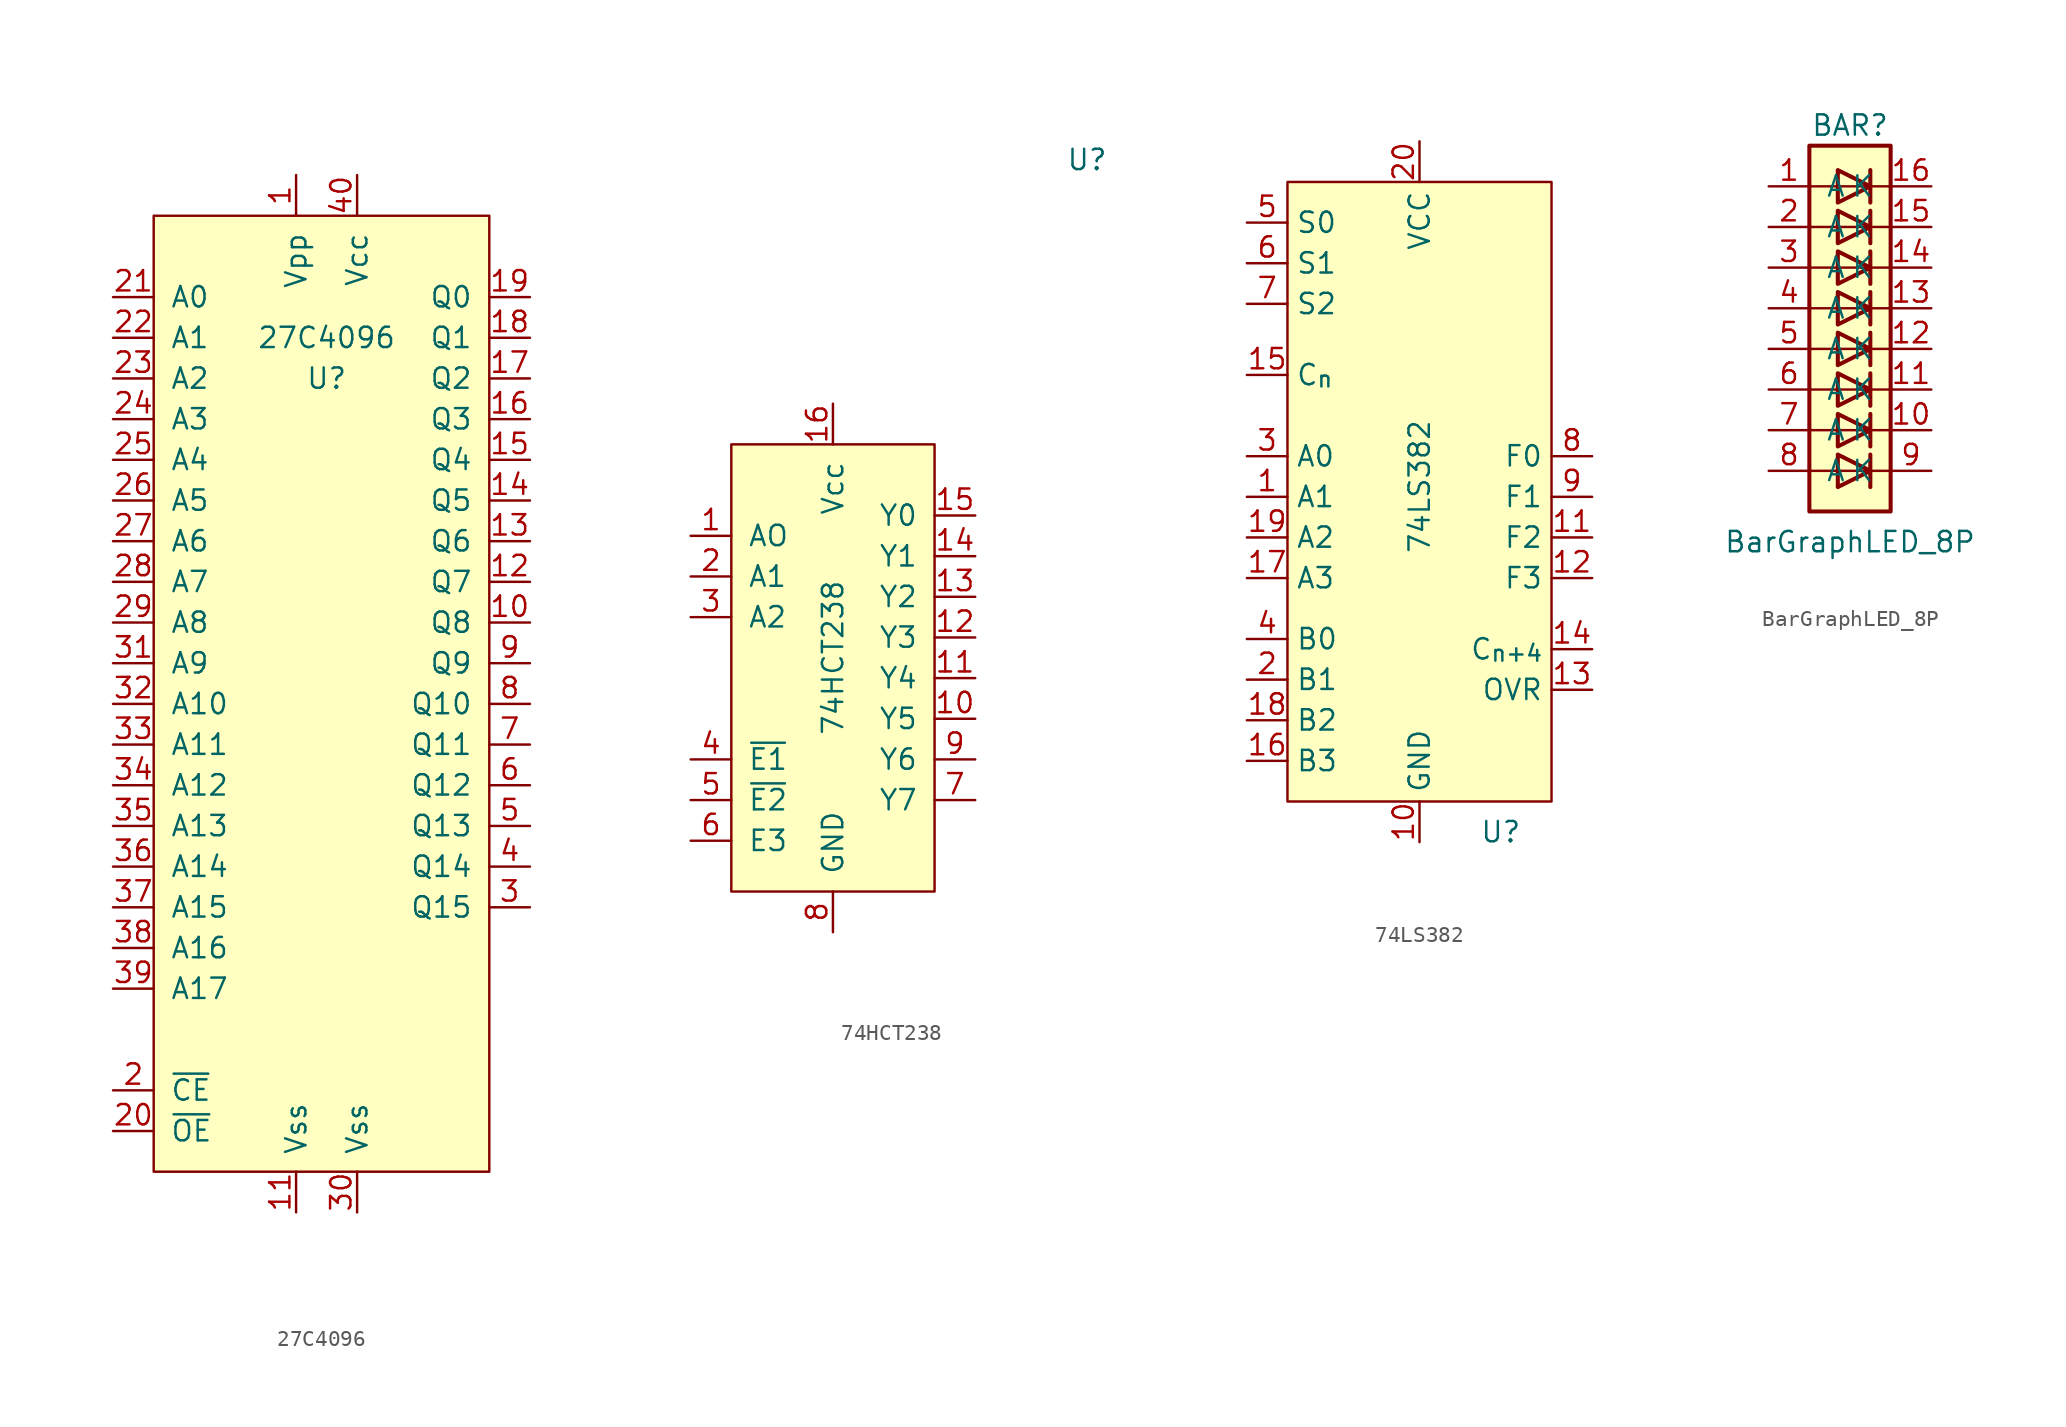
<source format=kicad_sym>
(kicad_symbol_lib
  (version 20211014)
  (generator kicad_symbol_editor)
  (symbol "27C4096"
    (pin_names
      (offset 1.016))
    (property "Reference" "U"
      (at 10.795 -10.16 0)
      (effects (font (size 1.27 1.27))))
    (property "Value" "27C4096"
      (at 10.795 -7.62 0)
      (effects (font (size 1.27 1.27))))
    (symbol "27C4096_0_0"
      (pin power_in line (at 8.89 2.54 270) (length 2.54) (name "Vpp" (effects (font (size 1.27 1.27)))) (number "1" (effects (font (size 1.27 1.27)))))
      (pin output line (at 23.495 -25.4 180) (length 2.54) (name "Q8" (effects (font (size 1.27 1.27)))) (number "10" (effects (font (size 1.27 1.27)))))
      (pin power_in line (at 8.89 -62.23 90) (length 2.54) (name "Vss" (effects (font (size 1.27 1.27)))) (number "11" (effects (font (size 1.27 1.27)))))
      (pin output line (at 23.495 -22.86 180) (length 2.54) (name "Q7" (effects (font (size 1.27 1.27)))) (number "12" (effects (font (size 1.27 1.27)))))
      (pin output line (at 23.495 -20.32 180) (length 2.54) (name "Q6" (effects (font (size 1.27 1.27)))) (number "13" (effects (font (size 1.27 1.27)))))
      (pin output line (at 23.495 -17.78 180) (length 2.54) (name "Q5" (effects (font (size 1.27 1.27)))) (number "14" (effects (font (size 1.27 1.27)))))
      (pin output line (at 23.495 -15.24 180) (length 2.54) (name "Q4" (effects (font (size 1.27 1.27)))) (number "15" (effects (font (size 1.27 1.27)))))
      (pin output line (at 23.495 -12.7 180) (length 2.54) (name "Q3" (effects (font (size 1.27 1.27)))) (number "16" (effects (font (size 1.27 1.27)))))
      (pin output line (at 23.495 -10.16 180) (length 2.54) (name "Q2" (effects (font (size 1.27 1.27)))) (number "17" (effects (font (size 1.27 1.27)))))
      (pin output line (at 23.495 -7.62 180) (length 2.54) (name "Q1" (effects (font (size 1.27 1.27)))) (number "18" (effects (font (size 1.27 1.27)))))
      (pin output line (at 23.495 -5.08 180) (length 2.54) (name "Q0" (effects (font (size 1.27 1.27)))) (number "19" (effects (font (size 1.27 1.27)))))
      (pin input line (at -2.54 -54.61 0) (length 2.54) (name "~{CE}" (effects (font (size 1.27 1.27)))) (number "2" (effects (font (size 1.27 1.27)))))
      (pin input line (at -2.54 -57.15 0) (length 2.54) (name "~{OE}" (effects (font (size 1.27 1.27)))) (number "20" (effects (font (size 1.27 1.27)))))
      (pin input line (at -2.54 -5.08 0) (length 2.54) (name "A0" (effects (font (size 1.27 1.27)))) (number "21" (effects (font (size 1.27 1.27)))))
      (pin input line (at -2.54 -7.62 0) (length 2.54) (name "A1" (effects (font (size 1.27 1.27)))) (number "22" (effects (font (size 1.27 1.27)))))
      (pin input line (at -2.54 -10.16 0) (length 2.54) (name "A2" (effects (font (size 1.27 1.27)))) (number "23" (effects (font (size 1.27 1.27)))))
      (pin input line (at -2.54 -12.7 0) (length 2.54) (name "A3" (effects (font (size 1.27 1.27)))) (number "24" (effects (font (size 1.27 1.27)))))
      (pin input line (at -2.54 -15.24 0) (length 2.54) (name "A4" (effects (font (size 1.27 1.27)))) (number "25" (effects (font (size 1.27 1.27)))))
      (pin input line (at -2.54 -17.78 0) (length 2.54) (name "A5" (effects (font (size 1.27 1.27)))) (number "26" (effects (font (size 1.27 1.27)))))
      (pin input line (at -2.54 -20.32 0) (length 2.54) (name "A6" (effects (font (size 1.27 1.27)))) (number "27" (effects (font (size 1.27 1.27)))))
      (pin input line (at -2.54 -22.86 0) (length 2.54) (name "A7" (effects (font (size 1.27 1.27)))) (number "28" (effects (font (size 1.27 1.27)))))
      (pin input line (at -2.54 -25.4 0) (length 2.54) (name "A8" (effects (font (size 1.27 1.27)))) (number "29" (effects (font (size 1.27 1.27)))))
      (pin output line (at 23.495 -43.18 180) (length 2.54) (name "Q15" (effects (font (size 1.27 1.27)))) (number "3" (effects (font (size 1.27 1.27)))))
      (pin power_in line (at 12.7 -62.23 90) (length 2.54) (name "Vss" (effects (font (size 1.27 1.27)))) (number "30" (effects (font (size 1.27 1.27)))))
      (pin input line (at -2.54 -27.94 0) (length 2.54) (name "A9" (effects (font (size 1.27 1.27)))) (number "31" (effects (font (size 1.27 1.27)))))
      (pin input line (at -2.54 -30.48 0) (length 2.54) (name "A10" (effects (font (size 1.27 1.27)))) (number "32" (effects (font (size 1.27 1.27)))))
      (pin input line (at -2.54 -33.02 0) (length 2.54) (name "A11" (effects (font (size 1.27 1.27)))) (number "33" (effects (font (size 1.27 1.27)))))
      (pin input line (at -2.54 -35.56 0) (length 2.54) (name "A12" (effects (font (size 1.27 1.27)))) (number "34" (effects (font (size 1.27 1.27)))))
      (pin input line (at -2.54 -38.1 0) (length 2.54) (name "A13" (effects (font (size 1.27 1.27)))) (number "35" (effects (font (size 1.27 1.27)))))
      (pin input line (at -2.54 -40.64 0) (length 2.54) (name "A14" (effects (font (size 1.27 1.27)))) (number "36" (effects (font (size 1.27 1.27)))))
      (pin input line (at -2.54 -43.18 0) (length 2.54) (name "A15" (effects (font (size 1.27 1.27)))) (number "37" (effects (font (size 1.27 1.27)))))
      (pin input line (at -2.54 -45.72 0) (length 2.54) (name "A16" (effects (font (size 1.27 1.27)))) (number "38" (effects (font (size 1.27 1.27)))))
      (pin input line (at -2.54 -48.26 0) (length 2.54) (name "A17" (effects (font (size 1.27 1.27)))) (number "39" (effects (font (size 1.27 1.27)))))
      (pin output line (at 23.495 -40.64 180) (length 2.54) (name "Q14" (effects (font (size 1.27 1.27)))) (number "4" (effects (font (size 1.27 1.27)))))
      (pin power_in line (at 12.7 2.54 270) (length 2.54) (name "Vcc" (effects (font (size 1.27 1.27)))) (number "40" (effects (font (size 1.27 1.27)))))
      (pin output line (at 23.495 -38.1 180) (length 2.54) (name "Q13" (effects (font (size 1.27 1.27)))) (number "5" (effects (font (size 1.27 1.27)))))
      (pin output line (at 23.495 -35.56 180) (length 2.54) (name "Q12" (effects (font (size 1.27 1.27)))) (number "6" (effects (font (size 1.27 1.27)))))
      (pin output line (at 23.495 -33.02 180) (length 2.54) (name "Q11" (effects (font (size 1.27 1.27)))) (number "7" (effects (font (size 1.27 1.27)))))
      (pin output line (at 23.495 -30.48 180) (length 2.54) (name "Q10" (effects (font (size 1.27 1.27)))) (number "8" (effects (font (size 1.27 1.27)))))
      (pin output line (at 23.495 -27.94 180) (length 2.54) (name "Q9" (effects (font (size 1.27 1.27)))) (number "9" (effects (font (size 1.27 1.27))))))
    (symbol "27C4096_0_1"
      (rectangle (start 0 0) (end 20.955 -59.69) (stroke (width 0) (type default) (color 0 0 0 0)) (fill (type background)))))
  (symbol "74HCT238"
    (pin_names
      (offset 1.016))
    (property "Reference" "U"
      (at 15.875 31.115 0)
      (effects (font (size 1.27 1.27))))
    (property "Value" "74HCT238"
      (at 0 0 90)
      (effects (font (size 1.27 1.27))))
    (symbol "74HCT238_0_0"
      (pin input line (at -8.89 7.62 0) (length 2.54) (name "AO" (effects (font (size 1.27 1.27)))) (number "1" (effects (font (size 1.27 1.27)))))
      (pin output line (at 8.89 -3.81 180) (length 2.54) (name "Y5" (effects (font (size 1.27 1.27)))) (number "10" (effects (font (size 1.27 1.27)))))
      (pin output line (at 8.89 -1.27 180) (length 2.54) (name "Y4" (effects (font (size 1.27 1.27)))) (number "11" (effects (font (size 1.27 1.27)))))
      (pin output line (at 8.89 1.27 180) (length 2.54) (name "Y3" (effects (font (size 1.27 1.27)))) (number "12" (effects (font (size 1.27 1.27)))))
      (pin output line (at 8.89 3.81 180) (length 2.54) (name "Y2" (effects (font (size 1.27 1.27)))) (number "13" (effects (font (size 1.27 1.27)))))
      (pin output line (at 8.89 6.35 180) (length 2.54) (name "Y1" (effects (font (size 1.27 1.27)))) (number "14" (effects (font (size 1.27 1.27)))))
      (pin output line (at 8.89 8.89 180) (length 2.54) (name "Y0" (effects (font (size 1.27 1.27)))) (number "15" (effects (font (size 1.27 1.27)))))
      (pin power_in line (at 0 15.875 270) (length 2.54) (name "Vcc" (effects (font (size 1.27 1.27)))) (number "16" (effects (font (size 1.27 1.27)))))
      (pin input line (at -8.89 5.08 0) (length 2.54) (name "A1" (effects (font (size 1.27 1.27)))) (number "2" (effects (font (size 1.27 1.27)))))
      (pin input line (at -8.89 2.54 0) (length 2.54) (name "A2" (effects (font (size 1.27 1.27)))) (number "3" (effects (font (size 1.27 1.27)))))
      (pin input line (at -8.89 -6.35 0) (length 2.54) (name "~{E1}" (effects (font (size 1.27 1.27)))) (number "4" (effects (font (size 1.27 1.27)))))
      (pin input line (at -8.89 -8.89 0) (length 2.54) (name "~{E2}" (effects (font (size 1.27 1.27)))) (number "5" (effects (font (size 1.27 1.27)))))
      (pin input line (at -8.89 -11.43 0) (length 2.54) (name "E3" (effects (font (size 1.27 1.27)))) (number "6" (effects (font (size 1.27 1.27)))))
      (pin output line (at 8.89 -8.89 180) (length 2.54) (name "Y7" (effects (font (size 1.27 1.27)))) (number "7" (effects (font (size 1.27 1.27)))))
      (pin power_in line (at 0 -17.145 90) (length 2.54) (name "GND" (effects (font (size 1.27 1.27)))) (number "8" (effects (font (size 1.27 1.27)))))
      (pin output line (at 8.89 -6.35 180) (length 2.54) (name "Y6" (effects (font (size 1.27 1.27)))) (number "9" (effects (font (size 1.27 1.27))))))
    (symbol "74HCT238_0_1"
      (rectangle (start 6.35 -14.605) (end -6.35 13.335) (stroke (width 0) (type default) (color 0 0 0 0)) (fill (type background)))))
  (symbol "74LS382"
    (property "Reference" "U"
      (at 5.08 -20.955 0)
      (effects (font (size 1.27 1.27))))
    (property "Value" "74LS382"
      (at 0 0.635 90)
      (effects (font (size 1.27 1.27))))
    (symbol "74LS382_0_0"
      (pin input line (at -10.795 0 0) (length 2.54) (name "A1" (effects (font (size 1.27 1.27)))) (number "1" (effects (font (size 1.27 1.27)))))
      (pin power_in line (at 0 -21.59 90) (length 2.54) (name "GND" (effects (font (size 1.27 1.27)))) (number "10" (effects (font (size 1.27 1.27)))))
      (pin output line (at 10.795 -2.54 180) (length 2.54) (name "F2" (effects (font (size 1.27 1.27)))) (number "11" (effects (font (size 1.27 1.27)))))
      (pin output line (at 10.795 -5.08 180) (length 2.54) (name "F3" (effects (font (size 1.27 1.27)))) (number "12" (effects (font (size 1.27 1.27)))))
      (pin output line (at 10.795 -12.065 180) (length 2.54) (name "OVR" (effects (font (size 1.27 1.27)))) (number "13" (effects (font (size 1.27 1.27)))))
      (pin output line (at 10.795 -9.525 180) (length 2.54) (name "C_{n+4}" (effects (font (size 1.27 1.27)))) (number "14" (effects (font (size 1.27 1.27)))))
      (pin input line (at -10.795 7.62 0) (length 2.54) (name "C_{n}" (effects (font (size 1.27 1.27)))) (number "15" (effects (font (size 1.27 1.27)))))
      (pin input line (at -10.795 -16.51 0) (length 2.54) (name "B3" (effects (font (size 1.27 1.27)))) (number "16" (effects (font (size 1.27 1.27)))))
      (pin input line (at -10.795 -5.08 0) (length 2.54) (name "A3" (effects (font (size 1.27 1.27)))) (number "17" (effects (font (size 1.27 1.27)))))
      (pin input line (at -10.795 -13.97 0) (length 2.54) (name "B2" (effects (font (size 1.27 1.27)))) (number "18" (effects (font (size 1.27 1.27)))))
      (pin input line (at -10.795 -2.54 0) (length 2.54) (name "A2" (effects (font (size 1.27 1.27)))) (number "19" (effects (font (size 1.27 1.27)))))
      (pin input line (at -10.795 -11.43 0) (length 2.54) (name "B1" (effects (font (size 1.27 1.27)))) (number "2" (effects (font (size 1.27 1.27)))))
      (pin power_in line (at 0 22.225 270) (length 2.54) (name "VCC" (effects (font (size 1.27 1.27)))) (number "20" (effects (font (size 1.27 1.27)))))
      (pin input line (at -10.795 2.54 0) (length 2.54) (name "A0" (effects (font (size 1.27 1.27)))) (number "3" (effects (font (size 1.27 1.27)))))
      (pin input line (at -10.795 -8.89 0) (length 2.54) (name "B0" (effects (font (size 1.27 1.27)))) (number "4" (effects (font (size 1.27 1.27)))))
      (pin input line (at -10.795 17.145 0) (length 2.54) (name "S0" (effects (font (size 1.27 1.27)))) (number "5" (effects (font (size 1.27 1.27)))))
      (pin input line (at -10.795 14.605 0) (length 2.54) (name "S1" (effects (font (size 1.27 1.27)))) (number "6" (effects (font (size 1.27 1.27)))))
      (pin input line (at -10.795 12.065 0) (length 2.54) (name "S2" (effects (font (size 1.27 1.27)))) (number "7" (effects (font (size 1.27 1.27)))))
      (pin output line (at 10.795 2.54 180) (length 2.54) (name "F0" (effects (font (size 1.27 1.27)))) (number "8" (effects (font (size 1.27 1.27)))))
      (pin output line (at 10.795 0 180) (length 2.54) (name "F1" (effects (font (size 1.27 1.27)))) (number "9" (effects (font (size 1.27 1.27))))))
    (symbol "74LS382_0_1"
      (rectangle (start -8.255 19.685) (end 8.255 -19.05) (stroke (width 0.152) (type default) (color 0 0 0 0)) (fill (type background)))))
  (symbol "BarGraphLED_8P"
    (pin_names
      (offset 1.016))
    (property "Reference" "BAR"
      (at 0 13.97 0)
      (effects (font (size 1.27 1.27))))
    (property "Value" "BarGraphLED_8P"
      (at 0 -12.065 0)
      (effects (font (size 1.27 1.27))))
    (symbol "BarGraphLED_8P_1_1"
      (rectangle (start -2.54 12.7) (end 2.54 -10.16) (stroke (width 0.254) (type default) (color 0 0 0 0)) (fill (type background)))
      (polyline (pts (xy -2.54 -7.62) (xy 2.54 -7.62)) (stroke (width 0) (type default) (color 0 0 0 0)) (fill (type none)))
      (polyline (pts (xy -2.54 -5.08) (xy 2.54 -5.08)) (stroke (width 0) (type default) (color 0 0 0 0)) (fill (type none)))
      (polyline (pts (xy -2.54 0) (xy 2.54 0)) (stroke (width 0) (type default) (color 0 0 0 0)) (fill (type none)))
      (polyline (pts (xy -2.54 5.08) (xy 2.54 5.08)) (stroke (width 0) (type default) (color 0 0 0 0)) (fill (type none)))
      (polyline (pts (xy -2.54 7.62) (xy 2.54 7.62)) (stroke (width 0) (type default) (color 0 0 0 0)) (fill (type none)))
      (polyline (pts (xy -2.54 10.16) (xy 2.54 10.16)) (stroke (width 0) (type default) (color 0 0 0 0)) (fill (type none)))
      (polyline (pts (xy 1.27 -6.604) (xy 1.27 -8.636)) (stroke (width 0.254) (type default) (color 0 0 0 0)) (fill (type none)))
      (polyline (pts (xy 1.27 -4.064) (xy 1.27 -6.096)) (stroke (width 0.254) (type default) (color 0 0 0 0)) (fill (type none)))
      (polyline (pts (xy 1.27 -1.524) (xy 1.27 -3.556)) (stroke (width 0.254) (type default) (color 0 0 0 0)) (fill (type none)))
      (polyline (pts (xy 1.27 1.016) (xy 1.27 -1.016)) (stroke (width 0.254) (type default) (color 0 0 0 0)) (fill (type none)))
      (polyline (pts (xy 1.27 3.556) (xy 1.27 1.524)) (stroke (width 0.254) (type default) (color 0 0 0 0)) (fill (type none)))
      (polyline (pts (xy 1.27 6.096) (xy 1.27 4.064)) (stroke (width 0.254) (type default) (color 0 0 0 0)) (fill (type none)))
      (polyline (pts (xy 1.27 8.636) (xy 1.27 6.604)) (stroke (width 0.254) (type default) (color 0 0 0 0)) (fill (type none)))
      (polyline (pts (xy 1.27 11.176) (xy 1.27 9.144)) (stroke (width 0.254) (type default) (color 0 0 0 0)) (fill (type none)))
      (polyline (pts (xy 2.54 -2.54) (xy -2.54 -2.54)) (stroke (width 0) (type default) (color 0 0 0 0)) (fill (type none)))
      (polyline (pts (xy 2.54 2.54) (xy -2.54 2.54)) (stroke (width 0) (type default) (color 0 0 0 0)) (fill (type none)))
      (polyline (pts (xy -0.762 -6.604) (xy -0.762 -8.636) (xy 1.27 -7.62) (xy -0.762 -6.604)) (stroke (width 0.254) (type default) (color 0 0 0 0)) (fill (type none)))
      (polyline (pts (xy -0.762 -4.064) (xy -0.762 -6.096) (xy 1.27 -5.08) (xy -0.762 -4.064)) (stroke (width 0.254) (type default) (color 0 0 0 0)) (fill (type none)))
      (polyline (pts (xy -0.762 -1.524) (xy -0.762 -3.556) (xy 1.27 -2.54) (xy -0.762 -1.524)) (stroke (width 0.254) (type default) (color 0 0 0 0)) (fill (type none)))
      (polyline (pts (xy -0.762 1.016) (xy -0.762 -1.016) (xy 1.27 0) (xy -0.762 1.016)) (stroke (width 0.254) (type default) (color 0 0 0 0)) (fill (type none)))
      (polyline (pts (xy -0.762 3.556) (xy -0.762 1.524) (xy 1.27 2.54) (xy -0.762 3.556)) (stroke (width 0.254) (type default) (color 0 0 0 0)) (fill (type none)))
      (polyline (pts (xy -0.762 6.096) (xy -0.762 4.064) (xy 1.27 5.08) (xy -0.762 6.096)) (stroke (width 0.254) (type default) (color 0 0 0 0)) (fill (type none)))
      (polyline (pts (xy -0.762 8.636) (xy -0.762 6.604) (xy 1.27 7.62) (xy -0.762 8.636)) (stroke (width 0.254) (type default) (color 0 0 0 0)) (fill (type none)))
      (polyline (pts (xy -0.762 11.176) (xy -0.762 9.144) (xy 1.27 10.16) (xy -0.762 11.176)) (stroke (width 0.254) (type default) (color 0 0 0 0)) (fill (type none)))
      (pin passive line (at -5.08 10.16 0) (length 2.54) (name "A" (effects (font (size 1.27 1.27)))) (number "1" (effects (font (size 1.27 1.27)))))
      (pin passive line (at 5.08 -5.08 180) (length 2.54) (name "K" (effects (font (size 1.27 1.27)))) (number "10" (effects (font (size 1.27 1.27)))))
      (pin passive line (at 5.08 -2.54 180) (length 2.54) (name "K" (effects (font (size 1.27 1.27)))) (number "11" (effects (font (size 1.27 1.27)))))
      (pin passive line (at 5.08 0 180) (length 2.54) (name "K" (effects (font (size 1.27 1.27)))) (number "12" (effects (font (size 1.27 1.27)))))
      (pin passive line (at 5.08 2.54 180) (length 2.54) (name "K" (effects (font (size 1.27 1.27)))) (number "13" (effects (font (size 1.27 1.27)))))
      (pin passive line (at 5.08 5.08 180) (length 2.54) (name "K" (effects (font (size 1.27 1.27)))) (number "14" (effects (font (size 1.27 1.27)))))
      (pin passive line (at 5.08 7.62 180) (length 2.54) (name "K" (effects (font (size 1.27 1.27)))) (number "15" (effects (font (size 1.27 1.27)))))
      (pin passive line (at 5.08 10.16 180) (length 2.54) (name "K" (effects (font (size 1.27 1.27)))) (number "16" (effects (font (size 1.27 1.27)))))
      (pin passive line (at -5.08 7.62 0) (length 2.54) (name "A" (effects (font (size 1.27 1.27)))) (number "2" (effects (font (size 1.27 1.27)))))
      (pin passive line (at -5.08 5.08 0) (length 2.54) (name "A" (effects (font (size 1.27 1.27)))) (number "3" (effects (font (size 1.27 1.27)))))
      (pin passive line (at -5.08 2.54 0) (length 2.54) (name "A" (effects (font (size 1.27 1.27)))) (number "4" (effects (font (size 1.27 1.27)))))
      (pin passive line (at -5.08 0 0) (length 2.54) (name "A" (effects (font (size 1.27 1.27)))) (number "5" (effects (font (size 1.27 1.27)))))
      (pin passive line (at -5.08 -2.54 0) (length 2.54) (name "A" (effects (font (size 1.27 1.27)))) (number "6" (effects (font (size 1.27 1.27)))))
      (pin passive line (at -5.08 -5.08 0) (length 2.54) (name "A" (effects (font (size 1.27 1.27)))) (number "7" (effects (font (size 1.27 1.27)))))
      (pin passive line (at -5.08 -7.62 0) (length 2.54) (name "A" (effects (font (size 1.27 1.27)))) (number "8" (effects (font (size 1.27 1.27)))))
      (pin passive line (at 5.08 -7.62 180) (length 2.54) (name "K" (effects (font (size 1.27 1.27)))) (number "9" (effects (font (size 1.27 1.27))))))))
</source>
